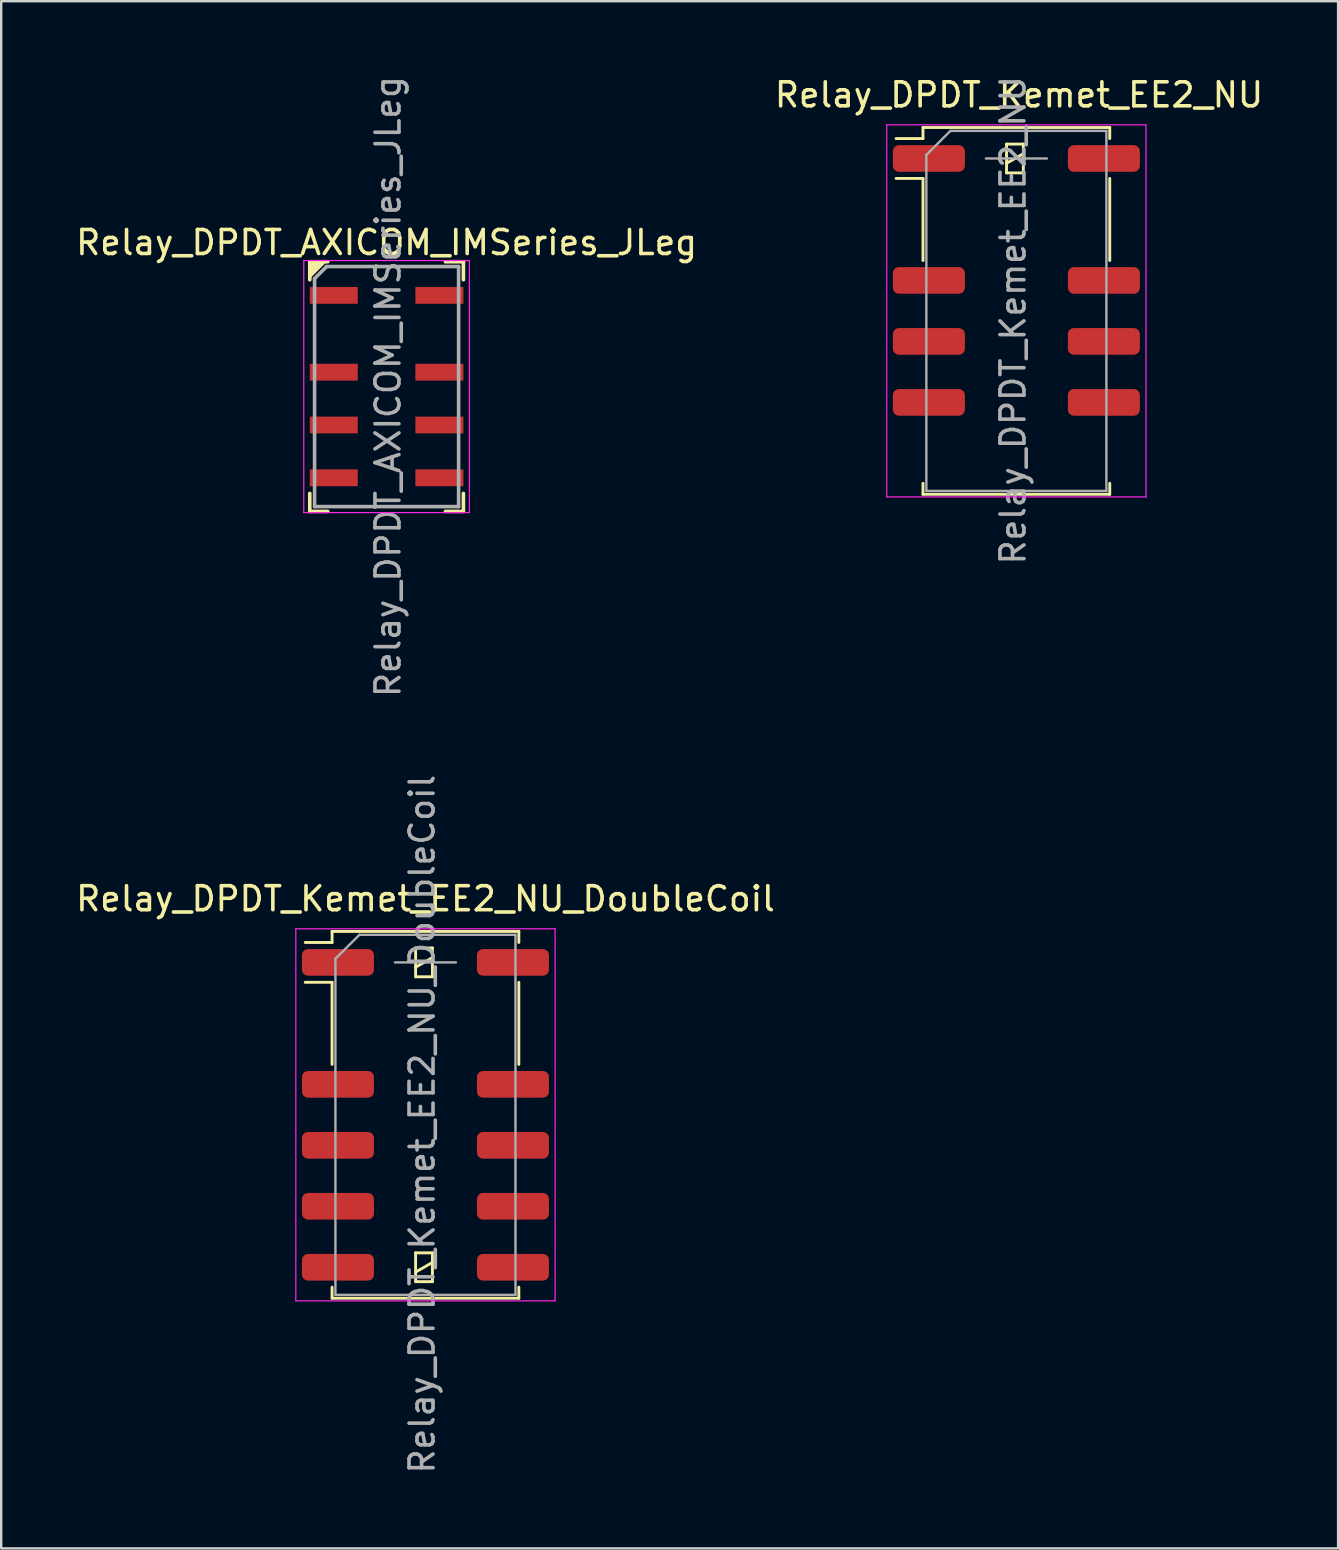
<source format=kicad_pcb>
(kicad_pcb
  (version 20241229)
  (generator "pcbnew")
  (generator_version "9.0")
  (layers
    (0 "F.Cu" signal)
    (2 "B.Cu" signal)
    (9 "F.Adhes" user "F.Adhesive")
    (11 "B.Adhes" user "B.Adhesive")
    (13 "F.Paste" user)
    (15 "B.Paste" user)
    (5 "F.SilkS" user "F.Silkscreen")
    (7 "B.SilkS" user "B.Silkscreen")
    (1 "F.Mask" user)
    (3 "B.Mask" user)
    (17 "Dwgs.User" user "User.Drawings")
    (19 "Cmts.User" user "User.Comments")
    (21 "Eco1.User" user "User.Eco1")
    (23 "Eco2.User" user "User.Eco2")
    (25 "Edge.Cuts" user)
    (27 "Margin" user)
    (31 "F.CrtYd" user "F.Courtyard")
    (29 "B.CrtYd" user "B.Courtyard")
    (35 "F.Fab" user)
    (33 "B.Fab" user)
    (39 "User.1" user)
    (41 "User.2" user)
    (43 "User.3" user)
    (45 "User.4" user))
  (footprint "Relay_DPDT_AXICOM_IMSeries_JLeg"
    (layer "F.Cu")
    (at 13.054 13.054)
    (property "Reference" "Relay_DPDT_AXICOM_IMSeries_JLeg" (at 0 -6 0) (layer "F.SilkS") (effects (font (size 1 1) (thickness 0.15))))
    (attr smd)
    (fp_line (start -3.2 -5.2) (end -3.2 -4.45) (stroke (width 0.15) (type solid)) (layer "F.SilkS"))
    (fp_line (start -3.2 4.45) (end -3.2 5.2) (stroke (width 0.15) (type solid)) (layer "F.SilkS"))
    (fp_line (start -3.2 5.2) (end -2.45 5.2) (stroke (width 0.15) (type solid)) (layer "F.SilkS"))
    (fp_line (start -3.05 -5.2) (end -3.2 -5.05) (stroke (width 0.15) (type solid)) (layer "F.SilkS"))
    (fp_line (start -2.9 -5.2) (end -3.2 -4.9) (stroke (width 0.15) (type solid)) (layer "F.SilkS"))
    (fp_line (start -2.75 -5.2) (end -3.2 -4.75) (stroke (width 0.15) (type solid)) (layer "F.SilkS"))
    (fp_line (start -2.6 -5.2) (end -3.2 -4.6) (stroke (width 0.15) (type solid)) (layer "F.SilkS"))
    (fp_line (start -2.45 -5.2) (end -3.2 -5.2) (stroke (width 0.15) (type solid)) (layer "F.SilkS"))
    (fp_line (start 2.45 -5.2) (end 3.2 -5.2) (stroke (width 0.15) (type solid)) (layer "F.SilkS"))
    (fp_line (start 2.45 5.2) (end 3.2 5.2) (stroke (width 0.15) (type solid)) (layer "F.SilkS"))
    (fp_line (start 3.2 -5.2) (end 3.2 -4.45) (stroke (width 0.15) (type solid)) (layer "F.SilkS"))
    (fp_line (start 3.2 4.45) (end 3.2 5.2) (stroke (width 0.15) (type solid)) (layer "F.SilkS"))
    (fp_line (start -3.45 -5.25) (end -3.45 5.25) (stroke (width 0.05) (type solid)) (layer "F.CrtYd"))
    (fp_line (start -3.45 5.25) (end 3.45 5.25) (stroke (width 0.05) (type solid)) (layer "F.CrtYd"))
    (fp_line (start 3.45 -5.25) (end -3.45 -5.25) (stroke (width 0.05) (type solid)) (layer "F.CrtYd"))
    (fp_line (start 3.45 5.25) (end 3.45 -5.25) (stroke (width 0.05) (type solid)) (layer "F.CrtYd"))
    (fp_line (start -3 -4.5) (end -2.5 -5) (stroke (width 0.15) (type solid)) (layer "F.Fab"))
    (fp_line (start -3 5) (end -3 -4.5) (stroke (width 0.15) (type solid)) (layer "F.Fab"))
    (fp_line (start -2.5 -5) (end 3 -5) (stroke (width 0.15) (type solid)) (layer "F.Fab"))
    (fp_line (start 3 -5) (end 3 5) (stroke (width 0.15) (type solid)) (layer "F.Fab"))
    (fp_line (start 3 5) (end -3 5) (stroke (width 0.15) (type solid)) (layer "F.Fab"))
    (fp_text user "${REFERENCE}" (at 0.06 0 90) (layer "F.Fab") (effects (font (size 1 1) (thickness 0.15))))
    (pad "1" smd rect (at -2.2 -3.8) (size 2 0.7) (layers "F.Cu" "F.Mask" "F.Paste"))
    (pad "2" smd rect (at -2.2 -0.6) (size 2 0.7) (layers "F.Cu" "F.Mask" "F.Paste"))
    (pad "3" smd rect (at -2.2 1.6) (size 2 0.7) (layers "F.Cu" "F.Mask" "F.Paste"))
    (pad "4" smd rect (at -2.2 3.8) (size 2 0.7) (layers "F.Cu" "F.Mask" "F.Paste"))
    (pad "5" smd rect (at 2.2 3.8) (size 2 0.7) (layers "F.Cu" "F.Mask" "F.Paste"))
    (pad "6" smd rect (at 2.2 1.6) (size 2 0.7) (layers "F.Cu" "F.Mask" "F.Paste"))
    (pad "7" smd rect (at 2.2 -0.6) (size 2 0.7) (layers "F.Cu" "F.Mask" "F.Paste"))
    (pad "8" smd rect (at 2.2 -3.8) (size 2 0.7) (layers "F.Cu" "F.Mask" "F.Paste")))
  (footprint "Relay_DPDT_Kemet_EE2_NU"
    (layer "F.Cu")
    (at 39.289 9.902)
    (property "Reference" "Relay_DPDT_Kemet_EE2_NU" (at 0.11 -9 180) (layer "F.SilkS") (effects (font (size 1 1) (thickness 0.15))))
    (attr smd)
    (fp_line (start -3.89 -7.64) (end -3.89 -7.18) (stroke (width 0.12) (type solid)) (layer "F.SilkS"))
    (fp_line (start -3.89 -7.18) (end -5.01 -7.18) (stroke (width 0.12) (type solid)) (layer "F.SilkS"))
    (fp_line (start -3.89 -5.52) (end -5.01 -5.52) (stroke (width 0.12) (type solid)) (layer "F.SilkS"))
    (fp_line (start -3.89 -5.52) (end -3.89 -2.1) (stroke (width 0.12) (type solid)) (layer "F.SilkS"))
    (fp_line (start -3.89 7.18) (end -3.89 7.64) (stroke (width 0.12) (type solid)) (layer "F.SilkS"))
    (fp_line (start -0.41 -6.95) (end -0.41 -5.75) (stroke (width 0.12) (type solid)) (layer "F.SilkS"))
    (fp_line (start -0.41 -6.15) (end 0.29 -6.55) (stroke (width 0.12) (type solid)) (layer "F.SilkS"))
    (fp_line (start -0.41 -5.75) (end 0.29 -5.75) (stroke (width 0.12) (type solid)) (layer "F.SilkS"))
    (fp_line (start 0.29 -6.95) (end -0.41 -6.95) (stroke (width 0.12) (type solid)) (layer "F.SilkS"))
    (fp_line (start 0.29 -5.75) (end 0.29 -6.95) (stroke (width 0.12) (type solid)) (layer "F.SilkS"))
    (fp_line (start 3.89 -7.64) (end -3.89 -7.64) (stroke (width 0.12) (type solid)) (layer "F.SilkS"))
    (fp_line (start 3.89 -7.64) (end 3.89 -7.18) (stroke (width 0.12) (type solid)) (layer "F.SilkS"))
    (fp_line (start 3.89 -5.52) (end 3.89 -2.1) (stroke (width 0.12) (type solid)) (layer "F.SilkS"))
    (fp_line (start 3.89 7.18) (end 3.89 7.64) (stroke (width 0.12) (type solid)) (layer "F.SilkS"))
    (fp_line (start 3.89 7.64) (end -3.89 7.64) (stroke (width 0.12) (type solid)) (layer "F.SilkS"))
    (fp_line (start -5.4 -7.75) (end -5.4 7.75) (stroke (width 0.05) (type solid)) (layer "F.CrtYd"))
    (fp_line (start -5.4 7.75) (end 5.4 7.75) (stroke (width 0.05) (type solid)) (layer "F.CrtYd"))
    (fp_line (start 5.4 -7.75) (end -5.4 -7.75) (stroke (width 0.05) (type solid)) (layer "F.CrtYd"))
    (fp_line (start 5.4 -7.75) (end 5.4 7.75) (stroke (width 0.05) (type solid)) (layer "F.CrtYd"))
    (fp_line (start -3.75 -6.5) (end -3.75 7.5) (stroke (width 0.1) (type solid)) (layer "F.Fab"))
    (fp_line (start -3.75 -6.5) (end -2.75 -7.5) (stroke (width 0.1) (type solid)) (layer "F.Fab"))
    (fp_line (start -1.27 -6.35) (end 1.27 -6.35) (stroke (width 0.1) (type solid)) (layer "F.Fab"))
    (fp_line (start 3.75 -7.5) (end -2.75 -7.5) (stroke (width 0.1) (type solid)) (layer "F.Fab"))
    (fp_line (start 3.75 -7.5) (end 3.75 7.5) (stroke (width 0.1) (type solid)) (layer "F.Fab"))
    (fp_line (start 3.75 7.5) (end -3.75 7.5) (stroke (width 0.1) (type solid)) (layer "F.Fab"))
    (fp_text user "${REFERENCE}" (at -0.14 0.39 90) (layer "F.Fab") (effects (font (size 1 1) (thickness 0.15))))
    (pad "1" smd roundrect (at -3.645 -6.35 270) (size 1.11 3) (layers "F.Cu" "F.Mask" "F.Paste") (roundrect_rratio 0.225))
    (pad "3" smd roundrect (at -3.645 -1.27 270) (size 1.11 3) (layers "F.Cu" "F.Mask" "F.Paste") (roundrect_rratio 0.225))
    (pad "4" smd roundrect (at -3.645 1.27 270) (size 1.11 3) (layers "F.Cu" "F.Mask" "F.Paste") (roundrect_rratio 0.225))
    (pad "5" smd roundrect (at -3.645 3.81 270) (size 1.11 3) (layers "F.Cu" "F.Mask" "F.Paste") (roundrect_rratio 0.225))
    (pad "8" smd roundrect (at 3.645 3.81 270) (size 1.11 3) (layers "F.Cu" "F.Mask" "F.Paste") (roundrect_rratio 0.225))
    (pad "9" smd roundrect (at 3.645 1.27 270) (size 1.11 3) (layers "F.Cu" "F.Mask" "F.Paste") (roundrect_rratio 0.225))
    (pad "10" smd roundrect (at 3.645 -1.27 270) (size 1.11 3) (layers "F.Cu" "F.Mask" "F.Paste") (roundrect_rratio 0.225))
    (pad "12" smd roundrect (at 3.645 -6.35 270) (size 1.11 3) (layers "F.Cu" "F.Mask" "F.Paste") (roundrect_rratio 0.225)))
  (footprint "Relay_DPDT_Kemet_EE2_NU_DoubleCoil"
    (layer "F.Cu")
    (at 14.673 43.39)
    (property "Reference" "Relay_DPDT_Kemet_EE2_NU_DoubleCoil" (at 0 -9 180) (layer "F.SilkS") (effects (font (size 1 1) (thickness 0.15))))
    (attr smd)
    (fp_line (start -3.89 -7.64) (end -3.89 -7.18) (stroke (width 0.12) (type solid)) (layer "F.SilkS"))
    (fp_line (start -3.89 -7.18) (end -5.01 -7.18) (stroke (width 0.12) (type solid)) (layer "F.SilkS"))
    (fp_line (start -3.89 -5.52) (end -5.01 -5.52) (stroke (width 0.12) (type solid)) (layer "F.SilkS"))
    (fp_line (start -3.89 -5.52) (end -3.89 -2.1) (stroke (width 0.12) (type solid)) (layer "F.SilkS"))
    (fp_line (start -3.89 7.18) (end -3.89 7.64) (stroke (width 0.12) (type solid)) (layer "F.SilkS"))
    (fp_line (start -0.41 -6.95) (end -0.41 -5.75) (stroke (width 0.12) (type solid)) (layer "F.SilkS"))
    (fp_line (start -0.41 -6.15) (end 0.29 -6.55) (stroke (width 0.12) (type solid)) (layer "F.SilkS"))
    (fp_line (start -0.41 -5.75) (end 0.29 -5.75) (stroke (width 0.12) (type solid)) (layer "F.SilkS"))
    (fp_line (start -0.41 5.75) (end -0.41 6.95) (stroke (width 0.12) (type solid)) (layer "F.SilkS"))
    (fp_line (start -0.41 6.55) (end 0.29 6.15) (stroke (width 0.12) (type solid)) (layer "F.SilkS"))
    (fp_line (start -0.41 6.95) (end 0.29 6.95) (stroke (width 0.12) (type solid)) (layer "F.SilkS"))
    (fp_line (start 0.29 -6.95) (end -0.41 -6.95) (stroke (width 0.12) (type solid)) (layer "F.SilkS"))
    (fp_line (start 0.29 -5.75) (end 0.29 -6.95) (stroke (width 0.12) (type solid)) (layer "F.SilkS"))
    (fp_line (start 0.29 5.75) (end -0.41 5.75) (stroke (width 0.12) (type solid)) (layer "F.SilkS"))
    (fp_line (start 0.29 6.95) (end 0.29 5.75) (stroke (width 0.12) (type solid)) (layer "F.SilkS"))
    (fp_line (start 3.89 -7.64) (end -3.89 -7.64) (stroke (width 0.12) (type solid)) (layer "F.SilkS"))
    (fp_line (start 3.89 -7.64) (end 3.89 -7.18) (stroke (width 0.12) (type solid)) (layer "F.SilkS"))
    (fp_line (start 3.89 -5.52) (end 3.89 -2.1) (stroke (width 0.12) (type solid)) (layer "F.SilkS"))
    (fp_line (start 3.89 7.18) (end 3.89 7.64) (stroke (width 0.12) (type solid)) (layer "F.SilkS"))
    (fp_line (start 3.89 7.64) (end -3.89 7.64) (stroke (width 0.12) (type solid)) (layer "F.SilkS"))
    (fp_line (start -5.4 -7.75) (end -5.4 7.75) (stroke (width 0.05) (type solid)) (layer "F.CrtYd"))
    (fp_line (start -5.4 7.75) (end 5.4 7.75) (stroke (width 0.05) (type solid)) (layer "F.CrtYd"))
    (fp_line (start 5.4 -7.75) (end -5.4 -7.75) (stroke (width 0.05) (type solid)) (layer "F.CrtYd"))
    (fp_line (start 5.4 -7.75) (end 5.4 7.75) (stroke (width 0.05) (type solid)) (layer "F.CrtYd"))
    (fp_line (start -3.75 -6.5) (end -3.75 7.5) (stroke (width 0.1) (type solid)) (layer "F.Fab"))
    (fp_line (start -3.75 -6.5) (end -2.75 -7.5) (stroke (width 0.1) (type solid)) (layer "F.Fab"))
    (fp_line (start -1.27 -6.35) (end 1.27 -6.35) (stroke (width 0.1) (type solid)) (layer "F.Fab"))
    (fp_line (start 3.75 -7.5) (end -2.75 -7.5) (stroke (width 0.1) (type solid)) (layer "F.Fab"))
    (fp_line (start 3.75 -7.5) (end 3.75 7.5) (stroke (width 0.1) (type solid)) (layer "F.Fab"))
    (fp_line (start 3.75 7.5) (end -3.75 7.5) (stroke (width 0.1) (type solid)) (layer "F.Fab"))
    (fp_text user "${REFERENCE}" (at -0.14 0.39 90) (layer "F.Fab") (effects (font (size 1 1) (thickness 0.15))))
    (pad "1" smd roundrect (at -3.645 -6.35 270) (size 1.11 3) (layers "F.Cu" "F.Mask" "F.Paste") (roundrect_rratio 0.225))
    (pad "3" smd roundrect (at -3.645 -1.27 270) (size 1.11 3) (layers "F.Cu" "F.Mask" "F.Paste") (roundrect_rratio 0.225))
    (pad "4" smd roundrect (at -3.645 1.27 270) (size 1.11 3) (layers "F.Cu" "F.Mask" "F.Paste") (roundrect_rratio 0.225))
    (pad "5" smd roundrect (at -3.645 3.81 270) (size 1.11 3) (layers "F.Cu" "F.Mask" "F.Paste") (roundrect_rratio 0.225))
    (pad "6" smd roundrect (at -3.645 6.35 270) (size 1.11 3) (layers "F.Cu" "F.Mask" "F.Paste") (roundrect_rratio 0.225))
    (pad "7" smd roundrect (at 3.645 6.35 270) (size 1.11 3) (layers "F.Cu" "F.Mask" "F.Paste") (roundrect_rratio 0.225))
    (pad "8" smd roundrect (at 3.645 3.81 270) (size 1.11 3) (layers "F.Cu" "F.Mask" "F.Paste") (roundrect_rratio 0.225))
    (pad "9" smd roundrect (at 3.645 1.27 270) (size 1.11 3) (layers "F.Cu" "F.Mask" "F.Paste") (roundrect_rratio 0.225))
    (pad "10" smd roundrect (at 3.645 -1.27 270) (size 1.11 3) (layers "F.Cu" "F.Mask" "F.Paste") (roundrect_rratio 0.225))
    (pad "12" smd roundrect (at 3.645 -6.35 270) (size 1.11 3) (layers "F.Cu" "F.Mask" "F.Paste") (roundrect_rratio 0.225)))
  (gr_rect
    (start -3 -3)
    (end 52.69 61.452)
    (stroke (width 0.1) (type default))
    (fill no)
    (layer "Edge.Cuts")))
</source>
